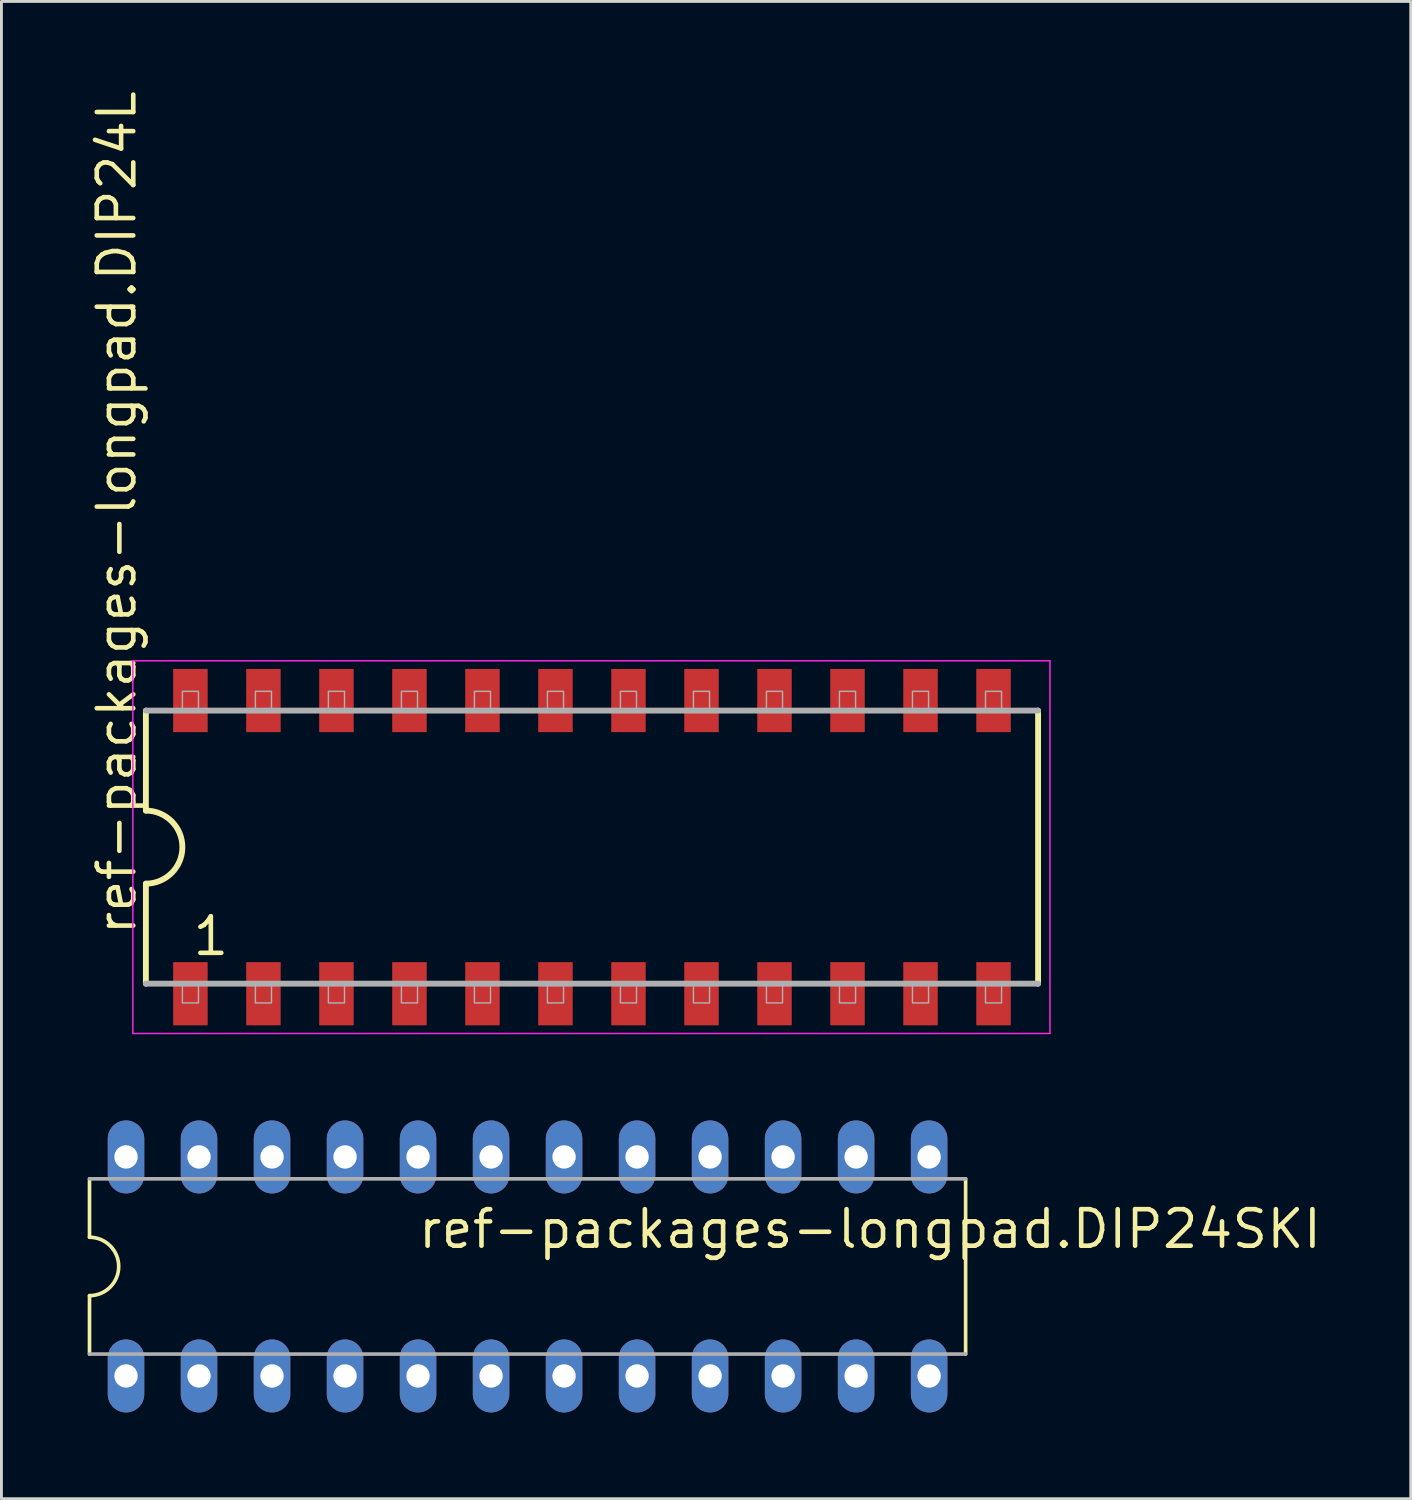
<source format=kicad_pcb>
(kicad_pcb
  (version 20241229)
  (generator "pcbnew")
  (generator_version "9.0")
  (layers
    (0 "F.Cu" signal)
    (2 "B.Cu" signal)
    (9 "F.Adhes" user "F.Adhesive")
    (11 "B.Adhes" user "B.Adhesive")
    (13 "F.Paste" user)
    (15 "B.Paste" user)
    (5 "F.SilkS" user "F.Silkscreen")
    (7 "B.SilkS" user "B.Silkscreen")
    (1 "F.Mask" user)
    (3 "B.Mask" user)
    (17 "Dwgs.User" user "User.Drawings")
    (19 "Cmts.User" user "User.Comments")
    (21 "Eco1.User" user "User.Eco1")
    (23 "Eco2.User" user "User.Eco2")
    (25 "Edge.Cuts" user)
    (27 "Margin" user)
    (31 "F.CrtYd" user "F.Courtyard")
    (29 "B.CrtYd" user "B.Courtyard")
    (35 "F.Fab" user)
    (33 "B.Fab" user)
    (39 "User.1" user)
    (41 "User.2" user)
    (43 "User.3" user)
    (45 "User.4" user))
  (footprint "ref-packages-longpad.DIP24L"
    (layer "F.Cu")
    (at 17.545 26.422)
    (property "Reference" "ref-packages-longpad.DIP24L" (at -15.795 3.135 90) (layer "F.SilkS") (effects (font (size 1.27 1.27) (thickness 0.16)) (justify left bottom)))
    (attr smd)
    (fp_line (start -15.52 -4.75) (end -15.52 -1.27) (stroke (width 0.203) (type default)) (layer "F.SilkS"))
    (fp_line (start -15.52 1.27) (end -15.52 4.75) (stroke (width 0.203) (type default)) (layer "F.SilkS"))
    (fp_line (start 15.52 4.75) (end 15.52 -4.75) (stroke (width 0.203) (type default)) (layer "F.SilkS"))
    (fp_arc (start -15.52 -1.27) (mid -14.25 0) (end -15.52 1.27) (stroke (width 0.2032) (type default)) (layer "F.SilkS"))
    (fp_line (start -15.973 -6.483) (end 15.933 -6.483) (stroke (width 0.051) (type default)) (layer "F.CrtYd"))
    (fp_line (start -15.973 6.483) (end -15.973 -6.483) (stroke (width 0.051) (type default)) (layer "F.CrtYd"))
    (fp_line (start 15.933 -6.483) (end 15.933 6.483) (stroke (width 0.051) (type default)) (layer "F.CrtYd"))
    (fp_line (start 15.933 6.483) (end -15.973 6.483) (stroke (width 0.051) (type default)) (layer "F.CrtYd"))
    (fp_line (start -15.52 4.75) (end 15.52 4.75) (stroke (width 0.203) (type default)) (layer "F.Fab"))
    (fp_line (start 15.52 -4.75) (end -15.52 -4.75) (stroke (width 0.203) (type default)) (layer "F.Fab"))
    (fp_rect (start -14.25 -4.75) (end -13.69 -5.42) (stroke (width 0.05) (type default)) (fill no) (layer "F.Fab"))
    (fp_rect (start -14.25 5.42) (end -13.69 4.75) (stroke (width 0.05) (type default)) (fill no) (layer "F.Fab"))
    (fp_rect (start -11.71 -4.75) (end -11.15 -5.42) (stroke (width 0.05) (type default)) (fill no) (layer "F.Fab"))
    (fp_rect (start -11.71 5.42) (end -11.15 4.75) (stroke (width 0.05) (type default)) (fill no) (layer "F.Fab"))
    (fp_rect (start -9.17 -4.75) (end -8.61 -5.42) (stroke (width 0.05) (type default)) (fill no) (layer "F.Fab"))
    (fp_rect (start -9.17 5.42) (end -8.61 4.75) (stroke (width 0.05) (type default)) (fill no) (layer "F.Fab"))
    (fp_rect (start -6.63 -4.75) (end -6.07 -5.42) (stroke (width 0.05) (type default)) (fill no) (layer "F.Fab"))
    (fp_rect (start -6.63 5.42) (end -6.07 4.75) (stroke (width 0.05) (type default)) (fill no) (layer "F.Fab"))
    (fp_rect (start -4.09 -4.75) (end -3.53 -5.42) (stroke (width 0.05) (type default)) (fill no) (layer "F.Fab"))
    (fp_rect (start -4.09 5.42) (end -3.53 4.75) (stroke (width 0.05) (type default)) (fill no) (layer "F.Fab"))
    (fp_rect (start -1.55 -4.75) (end -0.99 -5.42) (stroke (width 0.05) (type default)) (fill no) (layer "F.Fab"))
    (fp_rect (start -1.55 5.42) (end -0.99 4.75) (stroke (width 0.05) (type default)) (fill no) (layer "F.Fab"))
    (fp_rect (start 0.99 -4.75) (end 1.55 -5.42) (stroke (width 0.05) (type default)) (fill no) (layer "F.Fab"))
    (fp_rect (start 0.99 5.42) (end 1.55 4.75) (stroke (width 0.05) (type default)) (fill no) (layer "F.Fab"))
    (fp_rect (start 3.53 -4.75) (end 4.09 -5.42) (stroke (width 0.05) (type default)) (fill no) (layer "F.Fab"))
    (fp_rect (start 3.53 5.42) (end 4.09 4.75) (stroke (width 0.05) (type default)) (fill no) (layer "F.Fab"))
    (fp_rect (start 6.07 -4.75) (end 6.63 -5.42) (stroke (width 0.05) (type default)) (fill no) (layer "F.Fab"))
    (fp_rect (start 6.07 5.42) (end 6.63 4.75) (stroke (width 0.05) (type default)) (fill no) (layer "F.Fab"))
    (fp_rect (start 8.61 -4.75) (end 9.17 -5.42) (stroke (width 0.05) (type default)) (fill no) (layer "F.Fab"))
    (fp_rect (start 8.61 5.42) (end 9.17 4.75) (stroke (width 0.05) (type default)) (fill no) (layer "F.Fab"))
    (fp_rect (start 11.15 -4.75) (end 11.71 -5.42) (stroke (width 0.05) (type default)) (fill no) (layer "F.Fab"))
    (fp_rect (start 11.15 5.42) (end 11.71 4.75) (stroke (width 0.05) (type default)) (fill no) (layer "F.Fab"))
    (fp_rect (start 13.69 -4.75) (end 14.25 -5.42) (stroke (width 0.05) (type default)) (fill no) (layer "F.Fab"))
    (fp_rect (start 13.69 5.42) (end 14.25 4.75) (stroke (width 0.05) (type default)) (fill no) (layer "F.Fab"))
    (fp_text user "1" (at -13.97 3.84 0) (layer "F.SilkS") (effects (font (size 1.27 1.27) (thickness 0.16)) (justify left bottom)))
    (pad "1" smd roundrect (at -13.97 5.1) (size 1.2 2.2) (layers "F.Cu" "F.Mask" "F.Paste") (roundrect_rratio 0.01))
    (pad "2" smd roundrect (at -11.43 5.1) (size 1.2 2.2) (layers "F.Cu" "F.Mask" "F.Paste") (roundrect_rratio 0.01))
    (pad "3" smd roundrect (at -8.89 5.1) (size 1.2 2.2) (layers "F.Cu" "F.Mask" "F.Paste") (roundrect_rratio 0.01))
    (pad "4" smd roundrect (at -6.35 5.1) (size 1.2 2.2) (layers "F.Cu" "F.Mask" "F.Paste") (roundrect_rratio 0.01))
    (pad "5" smd roundrect (at -3.81 5.1) (size 1.2 2.2) (layers "F.Cu" "F.Mask" "F.Paste") (roundrect_rratio 0.01))
    (pad "6" smd roundrect (at -1.27 5.1) (size 1.2 2.2) (layers "F.Cu" "F.Mask" "F.Paste") (roundrect_rratio 0.01))
    (pad "7" smd roundrect (at 1.27 5.1) (size 1.2 2.2) (layers "F.Cu" "F.Mask" "F.Paste") (roundrect_rratio 0.01))
    (pad "8" smd roundrect (at 3.81 5.1) (size 1.2 2.2) (layers "F.Cu" "F.Mask" "F.Paste") (roundrect_rratio 0.01))
    (pad "9" smd roundrect (at 6.35 5.1) (size 1.2 2.2) (layers "F.Cu" "F.Mask" "F.Paste") (roundrect_rratio 0.01))
    (pad "10" smd roundrect (at 8.89 5.1) (size 1.2 2.2) (layers "F.Cu" "F.Mask" "F.Paste") (roundrect_rratio 0.01))
    (pad "11" smd roundrect (at 11.43 5.1) (size 1.2 2.2) (layers "F.Cu" "F.Mask" "F.Paste") (roundrect_rratio 0.01))
    (pad "12" smd roundrect (at 13.97 5.1) (size 1.2 2.2) (layers "F.Cu" "F.Mask" "F.Paste") (roundrect_rratio 0.01))
    (pad "13" smd roundrect (at 13.97 -5.1) (size 1.2 2.2) (layers "F.Cu" "F.Mask" "F.Paste") (roundrect_rratio 0.01))
    (pad "14" smd roundrect (at 11.43 -5.1) (size 1.2 2.2) (layers "F.Cu" "F.Mask" "F.Paste") (roundrect_rratio 0.01))
    (pad "15" smd roundrect (at 8.89 -5.1) (size 1.2 2.2) (layers "F.Cu" "F.Mask" "F.Paste") (roundrect_rratio 0.01))
    (pad "16" smd roundrect (at 6.35 -5.1) (size 1.2 2.2) (layers "F.Cu" "F.Mask" "F.Paste") (roundrect_rratio 0.01))
    (pad "17" smd roundrect (at 3.81 -5.1) (size 1.2 2.2) (layers "F.Cu" "F.Mask" "F.Paste") (roundrect_rratio 0.01))
    (pad "18" smd roundrect (at 1.27 -5.1) (size 1.2 2.2) (layers "F.Cu" "F.Mask" "F.Paste") (roundrect_rratio 0.01))
    (pad "19" smd roundrect (at -1.27 -5.1) (size 1.2 2.2) (layers "F.Cu" "F.Mask" "F.Paste") (roundrect_rratio 0.01))
    (pad "20" smd roundrect (at -3.81 -5.1) (size 1.2 2.2) (layers "F.Cu" "F.Mask" "F.Paste") (roundrect_rratio 0.01))
    (pad "21" smd roundrect (at -6.35 -5.1) (size 1.2 2.2) (layers "F.Cu" "F.Mask" "F.Paste") (roundrect_rratio 0.01))
    (pad "22" smd roundrect (at -8.89 -5.1) (size 1.2 2.2) (layers "F.Cu" "F.Mask" "F.Paste") (roundrect_rratio 0.01))
    (pad "23" smd roundrect (at -11.43 -5.1) (size 1.2 2.2) (layers "F.Cu" "F.Mask" "F.Paste") (roundrect_rratio 0.01))
    (pad "24" smd roundrect (at -13.97 -5.1) (size 1.2 2.2) (layers "F.Cu" "F.Mask" "F.Paste") (roundrect_rratio 0.01)))
  (footprint "ref-packages-longpad.DIP24SKI"
    (layer "F.Cu")
    (at 12.764 41.01)
    (property "Reference" "ref-packages-longpad.DIP24SKI" (at -1.346 -0.559 0) (layer "F.SilkS") (effects (font (size 1.27 1.27) (thickness 0.16)) (justify left bottom)))
    (attr through_hole)
    (fp_line (start -12.7 -3.048) (end -12.7 -1.016) (stroke (width 0.127) (type default)) (layer "F.SilkS"))
    (fp_line (start -12.7 3.048) (end -12.7 1.016) (stroke (width 0.127) (type default)) (layer "F.SilkS"))
    (fp_line (start 17.78 3.048) (end 17.78 -3.048) (stroke (width 0.127) (type default)) (layer "F.SilkS"))
    (fp_arc (start -12.7 -1.016) (mid -11.684 0) (end -12.7 1.016) (stroke (width 0.127) (type default)) (layer "F.SilkS"))
    (fp_line (start -12.7 3.048) (end 17.78 3.048) (stroke (width 0.127) (type default)) (layer "F.Fab"))
    (fp_line (start 17.78 -3.048) (end -12.7 -3.048) (stroke (width 0.127) (type default)) (layer "F.Fab"))
    (pad "1" thru_hole oval (at -11.43 3.81 90) (size 2.54 1.27) (drill 0.813) (layers "*.Cu" "*.Mask"))
    (pad "2" thru_hole oval (at -8.89 3.81 90) (size 2.54 1.27) (drill 0.813) (layers "*.Cu" "*.Mask"))
    (pad "3" thru_hole oval (at -6.35 3.81 90) (size 2.54 1.27) (drill 0.813) (layers "*.Cu" "*.Mask"))
    (pad "4" thru_hole oval (at -3.81 3.81 90) (size 2.54 1.27) (drill 0.813) (layers "*.Cu" "*.Mask"))
    (pad "5" thru_hole oval (at -1.27 3.81 90) (size 2.54 1.27) (drill 0.813) (layers "*.Cu" "*.Mask"))
    (pad "6" thru_hole oval (at 1.27 3.81 90) (size 2.54 1.27) (drill 0.813) (layers "*.Cu" "*.Mask"))
    (pad "7" thru_hole oval (at 3.81 3.81 90) (size 2.54 1.27) (drill 0.813) (layers "*.Cu" "*.Mask"))
    (pad "8" thru_hole oval (at 6.35 3.81 90) (size 2.54 1.27) (drill 0.813) (layers "*.Cu" "*.Mask"))
    (pad "9" thru_hole oval (at 8.89 3.81 90) (size 2.54 1.27) (drill 0.813) (layers "*.Cu" "*.Mask"))
    (pad "10" thru_hole oval (at 11.43 3.81 90) (size 2.54 1.27) (drill 0.813) (layers "*.Cu" "*.Mask"))
    (pad "11" thru_hole oval (at 13.97 3.81 90) (size 2.54 1.27) (drill 0.813) (layers "*.Cu" "*.Mask"))
    (pad "12" thru_hole oval (at 16.51 3.81 90) (size 2.54 1.27) (drill 0.813) (layers "*.Cu" "*.Mask"))
    (pad "13" thru_hole oval (at 16.51 -3.81 90) (size 2.54 1.27) (drill 0.813) (layers "*.Cu" "*.Mask"))
    (pad "14" thru_hole oval (at 13.97 -3.81 90) (size 2.54 1.27) (drill 0.813) (layers "*.Cu" "*.Mask"))
    (pad "15" thru_hole oval (at 11.43 -3.81 90) (size 2.54 1.27) (drill 0.813) (layers "*.Cu" "*.Mask"))
    (pad "16" thru_hole oval (at 8.89 -3.81 90) (size 2.54 1.27) (drill 0.813) (layers "*.Cu" "*.Mask"))
    (pad "17" thru_hole oval (at 6.35 -3.81 90) (size 2.54 1.27) (drill 0.813) (layers "*.Cu" "*.Mask"))
    (pad "18" thru_hole oval (at 3.81 -3.81 90) (size 2.54 1.27) (drill 0.813) (layers "*.Cu" "*.Mask"))
    (pad "19" thru_hole oval (at 1.27 -3.81 90) (size 2.54 1.27) (drill 0.813) (layers "*.Cu" "*.Mask"))
    (pad "20" thru_hole oval (at -1.27 -3.81 90) (size 2.54 1.27) (drill 0.813) (layers "*.Cu" "*.Mask"))
    (pad "21" thru_hole oval (at -3.81 -3.81 90) (size 2.54 1.27) (drill 0.813) (layers "*.Cu" "*.Mask"))
    (pad "22" thru_hole oval (at -6.35 -3.81 90) (size 2.54 1.27) (drill 0.813) (layers "*.Cu" "*.Mask"))
    (pad "23" thru_hole oval (at -8.89 -3.81 90) (size 2.54 1.27) (drill 0.813) (layers "*.Cu" "*.Mask"))
    (pad "24" thru_hole oval (at -11.43 -3.81 90) (size 2.54 1.27) (drill 0.813) (layers "*.Cu" "*.Mask")))
  (gr_rect
    (start -3 -3)
    (end 46.03 49.09)
    (stroke (width 0.1) (type default))
    (fill no)
    (layer "Edge.Cuts")))
</source>
